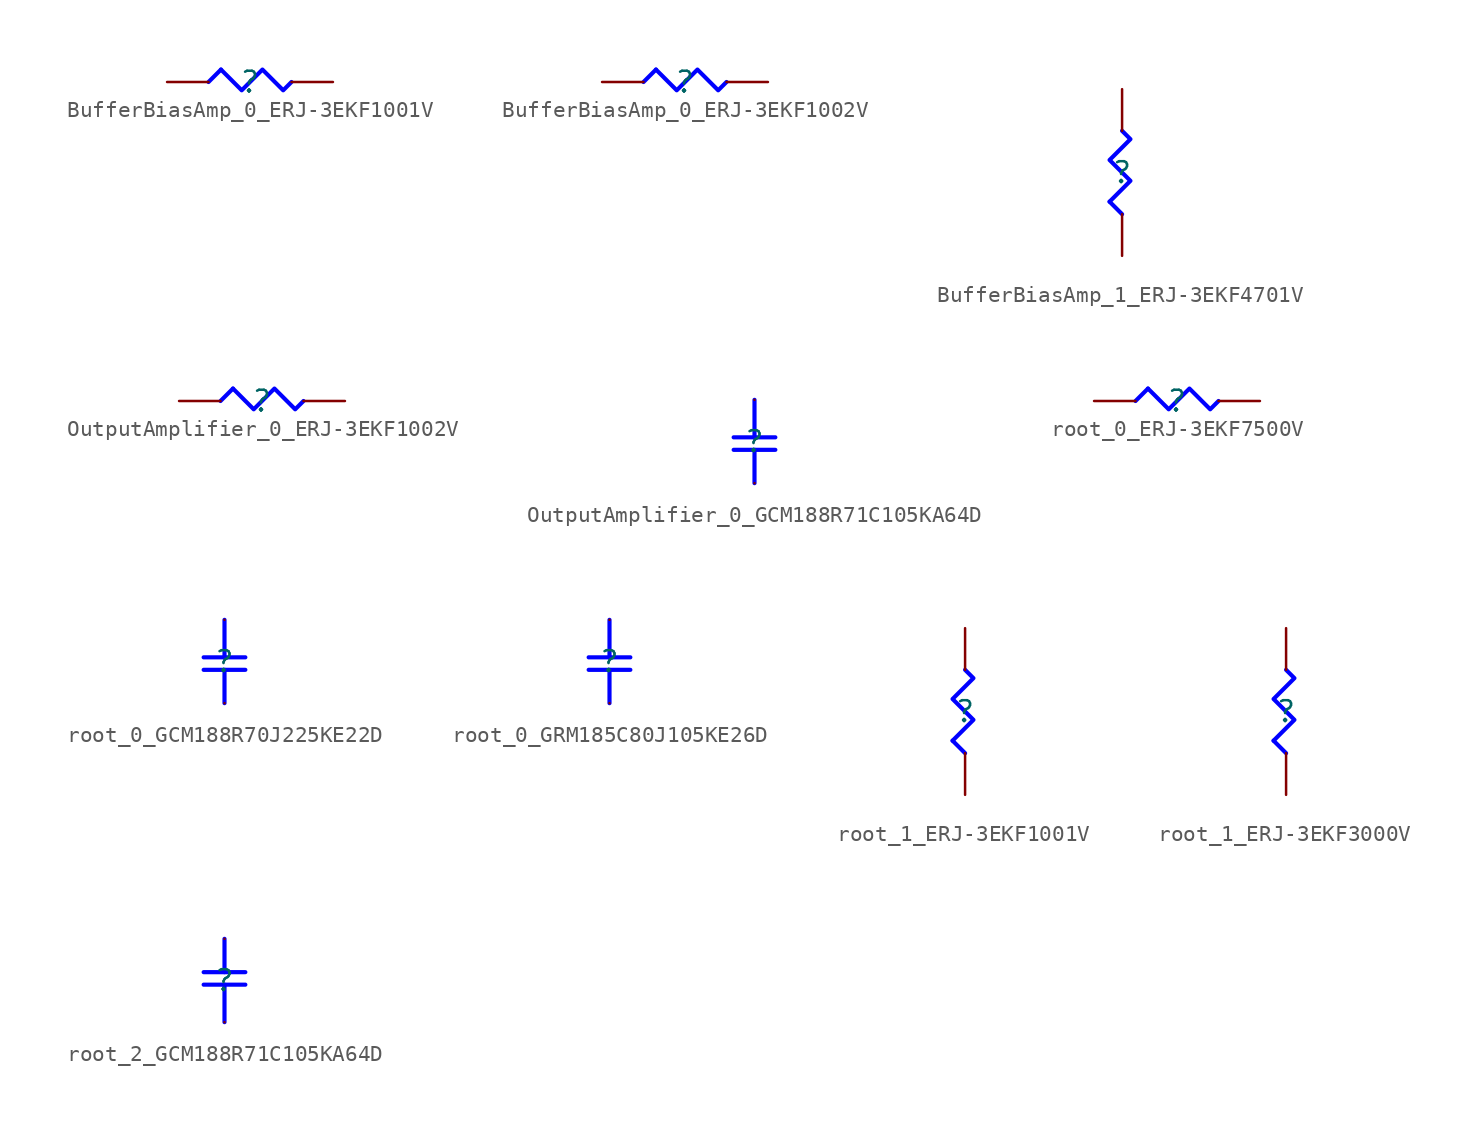
<source format=kicad_sym>
(kicad_symbol_lib
  (version 20220914)
  (generator kicad_symbol_editor)
  (symbol "BufferBiasAmp_0_ERJ-3EKF1001V"
    (property "Reference" ""
      (at 0 0 0)
      (effects (font (size 1.27 1.27))))
    (property "Value" ""
      (at 0 0 0)
      (effects (font (size 1.27 1.27))))
    (symbol "BufferBiasAmp_0_ERJ-3EKF1001V_1_0"
      (polyline (pts (xy -1.778 0.762) (xy -2.54 0)) (stroke (width 0.254) (type solid) (color 0 0 255 1)) (fill (type none)))
      (polyline (pts (xy -1.778 0.762) (xy -0.508 -0.508) (xy 0.762 0.762) (xy 2.032 -0.508) (xy 2.54 0)) (stroke (width 0.254) (type solid) (color 0 0 255 1)) (fill (type none)))
      (pin passive line (at -5.08 0 0) (length 2.54) (name "1" (effects (font (size 0 0)))) (number "1" (effects (font (size 0 0)))))
      (pin passive line (at 5.08 0 180) (length 2.54) (name "2" (effects (font (size 0 0)))) (number "2" (effects (font (size 0 0)))))))
  (symbol "BufferBiasAmp_0_ERJ-3EKF1002V"
    (property "Reference" ""
      (at 0 0 0)
      (effects (font (size 1.27 1.27))))
    (property "Value" ""
      (at 0 0 0)
      (effects (font (size 1.27 1.27))))
    (symbol "BufferBiasAmp_0_ERJ-3EKF1002V_1_0"
      (polyline (pts (xy -1.778 0.762) (xy -2.54 0)) (stroke (width 0.254) (type solid) (color 0 0 255 1)) (fill (type none)))
      (polyline (pts (xy -1.778 0.762) (xy -0.508 -0.508) (xy 0.762 0.762) (xy 2.032 -0.508) (xy 2.54 0)) (stroke (width 0.254) (type solid) (color 0 0 255 1)) (fill (type none)))
      (pin passive line (at -5.08 0 0) (length 2.54) (name "1" (effects (font (size 0 0)))) (number "1" (effects (font (size 0 0)))))
      (pin passive line (at 5.08 0 180) (length 2.54) (name "2" (effects (font (size 0 0)))) (number "2" (effects (font (size 0 0)))))))
  (symbol "BufferBiasAmp_1_ERJ-3EKF4701V"
    (property "Reference" ""
      (at 0 0 0)
      (effects (font (size 1.27 1.27))))
    (property "Value" ""
      (at 0 0 0)
      (effects (font (size 1.27 1.27))))
    (symbol "BufferBiasAmp_1_ERJ-3EKF4701V_1_0"
      (polyline (pts (xy -0.762 -1.778) (xy 0 -2.54)) (stroke (width 0.254) (type solid) (color 0 0 255 1)) (fill (type none)))
      (polyline (pts (xy -0.762 -1.778) (xy 0.508 -0.508) (xy -0.762 0.762) (xy 0.508 2.032) (xy 0 2.54)) (stroke (width 0.254) (type solid) (color 0 0 255 1)) (fill (type none)))
      (pin passive line (at 0 -5.08 90) (length 2.54) (name "1" (effects (font (size 0 0)))) (number "1" (effects (font (size 0 0)))))
      (pin passive line (at 0 5.08 270) (length 2.54) (name "2" (effects (font (size 0 0)))) (number "2" (effects (font (size 0 0)))))))
  (symbol "OutputAmplifier_0_ERJ-3EKF1002V"
    (property "Reference" ""
      (at 0 0 0)
      (effects (font (size 1.27 1.27))))
    (property "Value" ""
      (at 0 0 0)
      (effects (font (size 1.27 1.27))))
    (symbol "OutputAmplifier_0_ERJ-3EKF1002V_1_0"
      (polyline (pts (xy -1.778 0.762) (xy -2.54 0)) (stroke (width 0.254) (type solid) (color 0 0 255 1)) (fill (type none)))
      (polyline (pts (xy -1.778 0.762) (xy -0.508 -0.508) (xy 0.762 0.762) (xy 2.032 -0.508) (xy 2.54 0)) (stroke (width 0.254) (type solid) (color 0 0 255 1)) (fill (type none)))
      (pin passive line (at -5.08 0 0) (length 2.54) (name "1" (effects (font (size 0 0)))) (number "1" (effects (font (size 0 0)))))
      (pin passive line (at 5.08 0 180) (length 2.54) (name "2" (effects (font (size 0 0)))) (number "2" (effects (font (size 0 0)))))))
  (symbol "OutputAmplifier_0_GCM188R71C105KA64D"
    (property "Reference" ""
      (at 0 0 0)
      (effects (font (size 1.27 1.27))))
    (property "Value" ""
      (at 0 0 0)
      (effects (font (size 1.27 1.27))))
    (symbol "OutputAmplifier_0_GCM188R71C105KA64D_1_0"
      (polyline (pts (xy -1.27 -0.508) (xy 1.27 -0.508)) (stroke (width 0.254) (type solid) (color 0 0 255 1)) (fill (type none)))
      (polyline (pts (xy -1.27 0.254) (xy 1.27 0.254)) (stroke (width 0.254) (type solid) (color 0 0 255 1)) (fill (type none)))
      (polyline (pts (xy 0 -2.54) (xy 0 -0.508)) (stroke (width 0.254) (type solid) (color 0 0 255 1)) (fill (type none)))
      (polyline (pts (xy 0 0.254) (xy 0 2.54)) (stroke (width 0.254) (type solid) (color 0 0 255 1)) (fill (type none)))
      (pin passive line (at 0 2.54 270) (length 0) (name "1" (effects (font (size 0 0)))) (number "1" (effects (font (size 0 0)))))
      (pin passive line (at 0 -2.54 90) (length 0) (name "2" (effects (font (size 0 0)))) (number "2" (effects (font (size 0 0)))))))
  (symbol "root_0_ERJ-3EKF7500V"
    (property "Reference" ""
      (at 0 0 0)
      (effects (font (size 1.27 1.27))))
    (property "Value" ""
      (at 0 0 0)
      (effects (font (size 1.27 1.27))))
    (symbol "root_0_ERJ-3EKF7500V_1_0"
      (polyline (pts (xy -1.778 0.762) (xy -2.54 0)) (stroke (width 0.254) (type solid) (color 0 0 255 1)) (fill (type none)))
      (polyline (pts (xy -1.778 0.762) (xy -0.508 -0.508) (xy 0.762 0.762) (xy 2.032 -0.508) (xy 2.54 0)) (stroke (width 0.254) (type solid) (color 0 0 255 1)) (fill (type none)))
      (pin passive line (at -5.08 0 0) (length 2.54) (name "1" (effects (font (size 0 0)))) (number "1" (effects (font (size 0 0)))))
      (pin passive line (at 5.08 0 180) (length 2.54) (name "2" (effects (font (size 0 0)))) (number "2" (effects (font (size 0 0)))))))
  (symbol "root_0_GCM188R70J225KE22D"
    (property "Reference" ""
      (at 0 0 0)
      (effects (font (size 1.27 1.27))))
    (property "Value" ""
      (at 0 0 0)
      (effects (font (size 1.27 1.27))))
    (symbol "root_0_GCM188R70J225KE22D_1_0"
      (polyline (pts (xy -1.27 -0.508) (xy 1.27 -0.508)) (stroke (width 0.254) (type solid) (color 0 0 255 1)) (fill (type none)))
      (polyline (pts (xy -1.27 0.254) (xy 1.27 0.254)) (stroke (width 0.254) (type solid) (color 0 0 255 1)) (fill (type none)))
      (polyline (pts (xy 0 -2.54) (xy 0 -0.508)) (stroke (width 0.254) (type solid) (color 0 0 255 1)) (fill (type none)))
      (polyline (pts (xy 0 0.254) (xy 0 2.54)) (stroke (width 0.254) (type solid) (color 0 0 255 1)) (fill (type none)))
      (pin passive line (at 0 2.54 270) (length 0) (name "1" (effects (font (size 0 0)))) (number "1" (effects (font (size 0 0)))))
      (pin passive line (at 0 -2.54 90) (length 0) (name "2" (effects (font (size 0 0)))) (number "2" (effects (font (size 0 0)))))))
  (symbol "root_0_GRM185C80J105KE26D"
    (property "Reference" ""
      (at 0 0 0)
      (effects (font (size 1.27 1.27))))
    (property "Value" ""
      (at 0 0 0)
      (effects (font (size 1.27 1.27))))
    (symbol "root_0_GRM185C80J105KE26D_1_0"
      (polyline (pts (xy -1.27 -0.508) (xy 1.27 -0.508)) (stroke (width 0.254) (type solid) (color 0 0 255 1)) (fill (type none)))
      (polyline (pts (xy -1.27 0.254) (xy 1.27 0.254)) (stroke (width 0.254) (type solid) (color 0 0 255 1)) (fill (type none)))
      (polyline (pts (xy 0 -2.54) (xy 0 -0.508)) (stroke (width 0.254) (type solid) (color 0 0 255 1)) (fill (type none)))
      (polyline (pts (xy 0 0.254) (xy 0 2.54)) (stroke (width 0.254) (type solid) (color 0 0 255 1)) (fill (type none)))
      (pin passive line (at 0 2.54 270) (length 0) (name "1" (effects (font (size 0 0)))) (number "1" (effects (font (size 0 0)))))
      (pin passive line (at 0 -2.54 90) (length 0) (name "2" (effects (font (size 0 0)))) (number "2" (effects (font (size 0 0)))))))
  (symbol "root_1_ERJ-3EKF1001V"
    (property "Reference" ""
      (at 0 0 0)
      (effects (font (size 1.27 1.27))))
    (property "Value" ""
      (at 0 0 0)
      (effects (font (size 1.27 1.27))))
    (symbol "root_1_ERJ-3EKF1001V_1_0"
      (polyline (pts (xy -0.762 -1.778) (xy 0 -2.54)) (stroke (width 0.254) (type solid) (color 0 0 255 1)) (fill (type none)))
      (polyline (pts (xy -0.762 -1.778) (xy 0.508 -0.508) (xy -0.762 0.762) (xy 0.508 2.032) (xy 0 2.54)) (stroke (width 0.254) (type solid) (color 0 0 255 1)) (fill (type none)))
      (pin passive line (at 0 -5.08 90) (length 2.54) (name "1" (effects (font (size 0 0)))) (number "1" (effects (font (size 0 0)))))
      (pin passive line (at 0 5.08 270) (length 2.54) (name "2" (effects (font (size 0 0)))) (number "2" (effects (font (size 0 0)))))))
  (symbol "root_1_ERJ-3EKF3000V"
    (property "Reference" ""
      (at 0 0 0)
      (effects (font (size 1.27 1.27))))
    (property "Value" ""
      (at 0 0 0)
      (effects (font (size 1.27 1.27))))
    (symbol "root_1_ERJ-3EKF3000V_1_0"
      (polyline (pts (xy -0.762 -1.778) (xy 0 -2.54)) (stroke (width 0.254) (type solid) (color 0 0 255 1)) (fill (type none)))
      (polyline (pts (xy -0.762 -1.778) (xy 0.508 -0.508) (xy -0.762 0.762) (xy 0.508 2.032) (xy 0 2.54)) (stroke (width 0.254) (type solid) (color 0 0 255 1)) (fill (type none)))
      (pin passive line (at 0 -5.08 90) (length 2.54) (name "1" (effects (font (size 0 0)))) (number "1" (effects (font (size 0 0)))))
      (pin passive line (at 0 5.08 270) (length 2.54) (name "2" (effects (font (size 0 0)))) (number "2" (effects (font (size 0 0)))))))
  (symbol "root_2_GCM188R71C105KA64D"
    (property "Reference" ""
      (at 0 0 0)
      (effects (font (size 1.27 1.27))))
    (property "Value" ""
      (at 0 0 0)
      (effects (font (size 1.27 1.27))))
    (symbol "root_2_GCM188R71C105KA64D_1_0"
      (polyline (pts (xy 0 -0.254) (xy 0 -2.54)) (stroke (width 0.254) (type solid) (color 0 0 255 1)) (fill (type none)))
      (polyline (pts (xy 0 2.54) (xy 0 0.508)) (stroke (width 0.254) (type solid) (color 0 0 255 1)) (fill (type none)))
      (polyline (pts (xy 1.27 -0.254) (xy -1.27 -0.254)) (stroke (width 0.254) (type solid) (color 0 0 255 1)) (fill (type none)))
      (polyline (pts (xy 1.27 0.508) (xy -1.27 0.508)) (stroke (width 0.254) (type solid) (color 0 0 255 1)) (fill (type none)))
      (pin passive line (at 0 -2.54 90) (length 0) (name "1" (effects (font (size 0 0)))) (number "1" (effects (font (size 0 0)))))
      (pin passive line (at 0 2.54 270) (length 0) (name "2" (effects (font (size 0 0)))) (number "2" (effects (font (size 0 0))))))))
</source>
